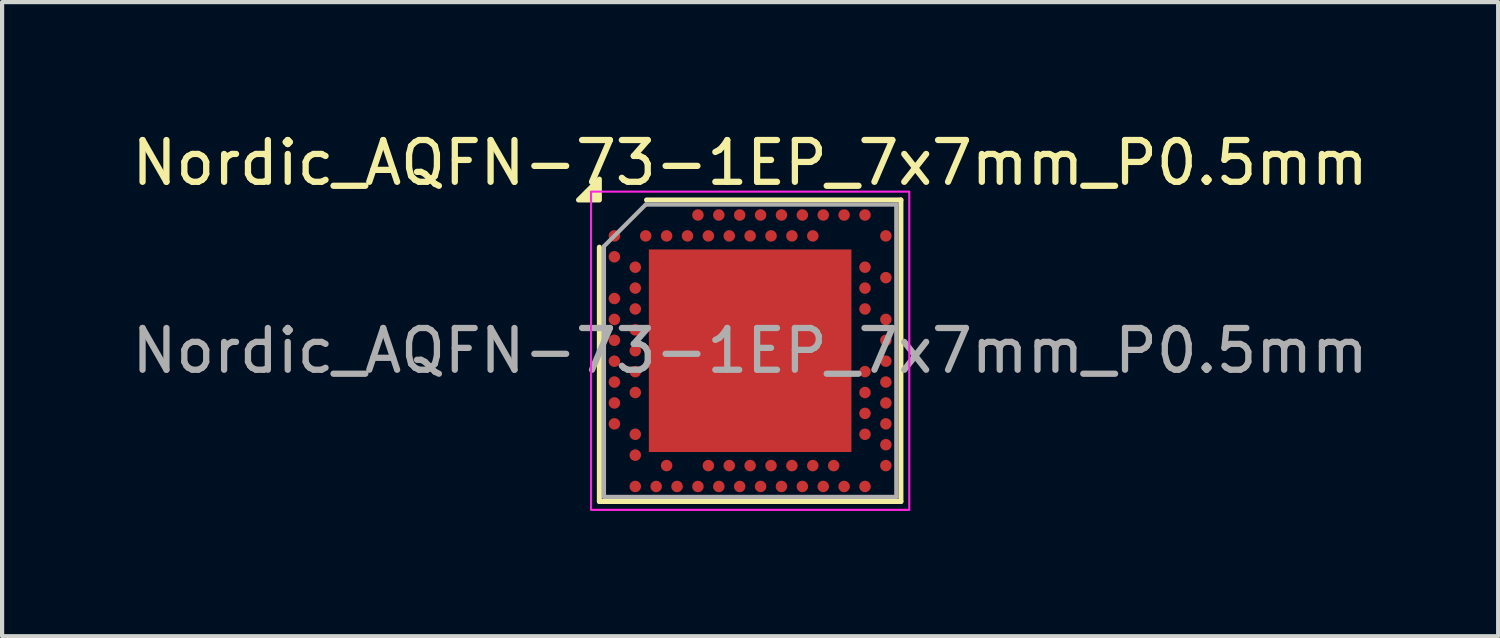
<source format=kicad_pcb>
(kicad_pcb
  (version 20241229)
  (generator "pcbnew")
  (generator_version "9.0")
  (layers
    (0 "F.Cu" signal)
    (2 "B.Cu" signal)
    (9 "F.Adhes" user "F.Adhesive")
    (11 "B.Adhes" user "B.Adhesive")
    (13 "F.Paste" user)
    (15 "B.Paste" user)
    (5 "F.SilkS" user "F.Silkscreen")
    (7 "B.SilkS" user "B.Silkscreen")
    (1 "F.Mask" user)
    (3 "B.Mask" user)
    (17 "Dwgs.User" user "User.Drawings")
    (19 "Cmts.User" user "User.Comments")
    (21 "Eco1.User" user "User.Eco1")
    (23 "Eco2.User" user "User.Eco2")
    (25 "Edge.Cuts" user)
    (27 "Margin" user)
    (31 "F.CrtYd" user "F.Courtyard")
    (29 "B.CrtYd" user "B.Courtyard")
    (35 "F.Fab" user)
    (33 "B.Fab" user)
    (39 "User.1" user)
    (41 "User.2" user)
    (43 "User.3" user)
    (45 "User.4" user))
  (footprint "Nordic_AQFN-73-1EP_7x7mm_P0.5mm"
    (layer "F.Cu")
    (at 14.911 5.348)
    (property "Reference" "Nordic_AQFN-73-1EP_7x7mm_P0.5mm" (at 0 -4.5 0) (layer "F.SilkS") (effects (font (size 1 1) (thickness 0.15))))
    (attr smd)
    (fp_line (start -3.61 -2.48) (end -3.61 3.61) (stroke (width 0.12) (type solid)) (layer "F.SilkS"))
    (fp_line (start -3.61 3.61) (end 3.61 3.61) (stroke (width 0.12) (type solid)) (layer "F.SilkS"))
    (fp_line (start 3.61 -3.61) (end -2.48 -3.61) (stroke (width 0.12) (type solid)) (layer "F.SilkS"))
    (fp_line (start 3.61 3.61) (end 3.61 -3.61) (stroke (width 0.12) (type solid)) (layer "F.SilkS"))
    (fp_poly (pts (xy -3.61 -3.61) (xy -4.11 -3.61) (xy -3.61 -4.11) (xy -3.61 -3.61)) (stroke (width 0.12) (type solid)) (fill yes) (layer "F.SilkS"))
    (fp_rect (start 3.81 -3.81) (end -3.81 3.81) (stroke (width 0.05) (type default)) (fill no) (layer "F.CrtYd"))
    (fp_line (start -3.5 -2.5) (end -3.5 3.5) (stroke (width 0.1) (type solid)) (layer "F.Fab"))
    (fp_line (start -3.5 -2.5) (end -2.5 -3.5) (stroke (width 0.1) (type default)) (layer "F.Fab"))
    (fp_line (start -3.5 3.5) (end 3.5 3.5) (stroke (width 0.1) (type solid)) (layer "F.Fab"))
    (fp_line (start -2.5 -3.5) (end 3.5 -3.5) (stroke (width 0.1) (type solid)) (layer "F.Fab"))
    (fp_line (start 3.5 -3.5) (end 3.5 3.5) (stroke (width 0.1) (type solid)) (layer "F.Fab"))
    (fp_text user "${REFERENCE}" (at 0 0 0) (layer "F.Fab") (effects (font (size 1 1) (thickness 0.15))))
    (pad "" smd rect (at -1.212 -1.212 180) (size 2 2) (layers "F.Paste"))
    (pad "" smd rect (at -1.212 1.212 180) (size 2 2) (layers "F.Paste"))
    (pad "" smd rect (at 1.212 -1.212 180) (size 2 2) (layers "F.Paste"))
    (pad "" smd rect (at 1.212 1.212 180) (size 2 2) (layers "F.Paste"))
    (pad "A8" smd circle (at -1.25 -3.25 180) (size 0.275 0.275) (property pad_prop_bga) (layers "F.Cu" "F.Mask" "F.Paste"))
    (pad "A10" smd circle (at -0.75 -3.25 180) (size 0.275 0.275) (property pad_prop_bga) (layers "F.Cu" "F.Mask" "F.Paste"))
    (pad "A12" smd circle (at -0.25 -3.25 180) (size 0.275 0.275) (property pad_prop_bga) (layers "F.Cu" "F.Mask" "F.Paste"))
    (pad "A14" smd circle (at 0.25 -3.25 180) (size 0.275 0.275) (property pad_prop_bga) (layers "F.Cu" "F.Mask" "F.Paste"))
    (pad "A16" smd circle (at 0.75 -3.25 180) (size 0.275 0.275) (property pad_prop_bga) (layers "F.Cu" "F.Mask" "F.Paste"))
    (pad "A18" smd circle (at 1.25 -3.25 180) (size 0.275 0.275) (property pad_prop_bga) (layers "F.Cu" "F.Mask" "F.Paste"))
    (pad "A20" smd circle (at 1.75 -3.25 180) (size 0.275 0.275) (property pad_prop_bga) (layers "F.Cu" "F.Mask" "F.Paste"))
    (pad "A22" smd circle (at 2.25 -3.25 180) (size 0.275 0.275) (property pad_prop_bga) (layers "F.Cu" "F.Mask" "F.Paste"))
    (pad "A23" smd circle (at 2.75 -3.25 180) (size 0.275 0.275) (property pad_prop_bga) (layers "F.Cu" "F.Mask" "F.Paste"))
    (pad "AA24" smd circle (at 3.25 2.25 180) (size 0.275 0.275) (property pad_prop_bga) (layers "F.Cu" "F.Mask" "F.Paste"))
    (pad "AB2" smd circle (at -2.75 2.5 180) (size 0.275 0.275) (property pad_prop_bga) (layers "F.Cu" "F.Mask" "F.Paste"))
    (pad "AC5" smd circle (at -2 2.75 180) (size 0.275 0.275) (property pad_prop_bga) (layers "F.Cu" "F.Mask" "F.Paste"))
    (pad "AC9" smd circle (at -1 2.75 180) (size 0.275 0.275) (property pad_prop_bga) (layers "F.Cu" "F.Mask" "F.Paste"))
    (pad "AC11" smd circle (at -0.5 2.75 180) (size 0.275 0.275) (property pad_prop_bga) (layers "F.Cu" "F.Mask" "F.Paste"))
    (pad "AC13" smd circle (at 0 2.75 180) (size 0.275 0.275) (property pad_prop_bga) (layers "F.Cu" "F.Mask" "F.Paste"))
    (pad "AC15" smd circle (at 0.5 2.75 180) (size 0.275 0.275) (property pad_prop_bga) (layers "F.Cu" "F.Mask" "F.Paste"))
    (pad "AC17" smd circle (at 1 2.75 180) (size 0.275 0.275) (property pad_prop_bga) (layers "F.Cu" "F.Mask" "F.Paste"))
    (pad "AC19" smd circle (at 1.5 2.75 180) (size 0.275 0.275) (property pad_prop_bga) (layers "F.Cu" "F.Mask" "F.Paste"))
    (pad "AC21" smd circle (at 2 2.75 180) (size 0.275 0.275) (property pad_prop_bga) (layers "F.Cu" "F.Mask" "F.Paste"))
    (pad "AC24" smd circle (at 3.25 2.75 180) (size 0.275 0.275) (property pad_prop_bga) (layers "F.Cu" "F.Mask" "F.Paste"))
    (pad "AD2" smd circle (at -2.75 3.25 180) (size 0.275 0.275) (property pad_prop_bga) (layers "F.Cu" "F.Mask" "F.Paste"))
    (pad "AD4" smd circle (at -2.25 3.25 180) (size 0.275 0.275) (property pad_prop_bga) (layers "F.Cu" "F.Mask" "F.Paste"))
    (pad "AD6" smd circle (at -1.75 3.25 180) (size 0.275 0.275) (property pad_prop_bga) (layers "F.Cu" "F.Mask" "F.Paste"))
    (pad "AD8" smd circle (at -1.25 3.25 180) (size 0.275 0.275) (property pad_prop_bga) (layers "F.Cu" "F.Mask" "F.Paste"))
    (pad "AD10" smd circle (at -0.75 3.25 180) (size 0.275 0.275) (property pad_prop_bga) (layers "F.Cu" "F.Mask" "F.Paste"))
    (pad "AD12" smd circle (at -0.25 3.25 180) (size 0.275 0.275) (property pad_prop_bga) (layers "F.Cu" "F.Mask" "F.Paste"))
    (pad "AD14" smd circle (at 0.25 3.25 180) (size 0.275 0.275) (property pad_prop_bga) (layers "F.Cu" "F.Mask" "F.Paste"))
    (pad "AD16" smd circle (at 0.75 3.25 180) (size 0.275 0.275) (property pad_prop_bga) (layers "F.Cu" "F.Mask" "F.Paste"))
    (pad "AD18" smd circle (at 1.25 3.25 180) (size 0.275 0.275) (property pad_prop_bga) (layers "F.Cu" "F.Mask" "F.Paste"))
    (pad "AD20" smd circle (at 1.75 3.25 180) (size 0.275 0.275) (property pad_prop_bga) (layers "F.Cu" "F.Mask" "F.Paste"))
    (pad "AD22" smd circle (at 2.25 3.25 180) (size 0.275 0.275) (property pad_prop_bga) (layers "F.Cu" "F.Mask" "F.Paste"))
    (pad "AD23" smd circle (at 2.75 3.25 180) (size 0.275 0.275) (property pad_prop_bga) (layers "F.Cu" "F.Mask" "F.Paste"))
    (pad "B1" smd circle (at -3.25 -2.75 180) (size 0.275 0.275) (property pad_prop_bga) (layers "F.Cu" "F.Mask" "F.Paste"))
    (pad "B3" smd circle (at -2.5 -2.75 180) (size 0.275 0.275) (property pad_prop_bga) (layers "F.Cu" "F.Mask" "F.Paste"))
    (pad "B5" smd circle (at -2 -2.75 180) (size 0.275 0.275) (property pad_prop_bga) (layers "F.Cu" "F.Mask" "F.Paste"))
    (pad "B7" smd circle (at -1.5 -2.75 180) (size 0.275 0.275) (property pad_prop_bga) (layers "F.Cu" "F.Mask" "F.Paste"))
    (pad "B9" smd circle (at -1 -2.75 180) (size 0.275 0.275) (property pad_prop_bga) (layers "F.Cu" "F.Mask" "F.Paste"))
    (pad "B11" smd circle (at -0.5 -2.75 180) (size 0.275 0.275) (property pad_prop_bga) (layers "F.Cu" "F.Mask" "F.Paste"))
    (pad "B13" smd circle (at 0 -2.75 180) (size 0.275 0.275) (property pad_prop_bga) (layers "F.Cu" "F.Mask" "F.Paste"))
    (pad "B15" smd circle (at 0.5 -2.75 180) (size 0.275 0.275) (property pad_prop_bga) (layers "F.Cu" "F.Mask" "F.Paste"))
    (pad "B17" smd circle (at 1 -2.75 180) (size 0.275 0.275) (property pad_prop_bga) (layers "F.Cu" "F.Mask" "F.Paste"))
    (pad "B19" smd circle (at 1.5 -2.75 180) (size 0.275 0.275) (property pad_prop_bga) (layers "F.Cu" "F.Mask" "F.Paste"))
    (pad "B24" smd circle (at 3.25 -2.75 180) (size 0.275 0.275) (property pad_prop_bga) (layers "F.Cu" "F.Mask" "F.Paste"))
    (pad "C1" smd circle (at -3.25 -2.25 180) (size 0.275 0.275) (property pad_prop_bga) (layers "F.Cu" "F.Mask" "F.Paste"))
    (pad "D2" smd circle (at -2.75 -2 180) (size 0.275 0.275) (property pad_prop_bga) (layers "F.Cu" "F.Mask" "F.Paste"))
    (pad "D23" smd circle (at 2.75 -2 180) (size 0.275 0.275) (property pad_prop_bga) (layers "F.Cu" "F.Mask" "F.Paste"))
    (pad "E24" smd circle (at 3.25 -1.75 180) (size 0.275 0.275) (property pad_prop_bga) (layers "F.Cu" "F.Mask" "F.Paste"))
    (pad "EP" smd rect (at 0 0 180) (size 4.85 4.85) (layers "F.Cu" "F.Mask"))
    (pad "F2" smd circle (at -2.75 -1.5 180) (size 0.275 0.275) (property pad_prop_bga) (layers "F.Cu" "F.Mask" "F.Paste"))
    (pad "F23" smd circle (at 2.75 -1.5 180) (size 0.275 0.275) (property pad_prop_bga) (layers "F.Cu" "F.Mask" "F.Paste"))
    (pad "G1" smd circle (at -3.25 -1.25 180) (size 0.275 0.275) (property pad_prop_bga) (layers "F.Cu" "F.Mask" "F.Paste"))
    (pad "H2" smd circle (at -2.75 -1 180) (size 0.275 0.275) (property pad_prop_bga) (layers "F.Cu" "F.Mask" "F.Paste"))
    (pad "H23" smd circle (at 2.75 -1 180) (size 0.275 0.275) (property pad_prop_bga) (layers "F.Cu" "F.Mask" "F.Paste"))
    (pad "J1" smd circle (at -3.25 -0.75 180) (size 0.275 0.275) (property pad_prop_bga) (layers "F.Cu" "F.Mask" "F.Paste"))
    (pad "J24" smd circle (at 3.25 -0.75 180) (size 0.275 0.275) (property pad_prop_bga) (layers "F.Cu" "F.Mask" "F.Paste"))
    (pad "K2" smd circle (at -2.75 -0.5 180) (size 0.275 0.275) (property pad_prop_bga) (layers "F.Cu" "F.Mask" "F.Paste"))
    (pad "L1" smd circle (at -3.25 -0.25 180) (size 0.275 0.275) (property pad_prop_bga) (layers "F.Cu" "F.Mask" "F.Paste"))
    (pad "L24" smd circle (at 3.25 -0.25 180) (size 0.275 0.275) (property pad_prop_bga) (layers "F.Cu" "F.Mask" "F.Paste"))
    (pad "M2" smd circle (at -2.75 0 180) (size 0.275 0.275) (property pad_prop_bga) (layers "F.Cu" "F.Mask" "F.Paste"))
    (pad "N1" smd circle (at -3.25 0.25 180) (size 0.275 0.275) (property pad_prop_bga) (layers "F.Cu" "F.Mask" "F.Paste"))
    (pad "N24" smd circle (at 3.25 0.25 180) (size 0.275 0.275) (property pad_prop_bga) (layers "F.Cu" "F.Mask" "F.Paste"))
    (pad "P2" smd circle (at -2.75 0.5 180) (size 0.275 0.275) (property pad_prop_bga) (layers "F.Cu" "F.Mask" "F.Paste"))
    (pad "P23" smd circle (at 2.75 0.5 180) (size 0.275 0.275) (property pad_prop_bga) (layers "F.Cu" "F.Mask" "F.Paste"))
    (pad "R1" smd circle (at -3.25 0.75 180) (size 0.275 0.275) (property pad_prop_bga) (layers "F.Cu" "F.Mask" "F.Paste"))
    (pad "R24" smd circle (at 3.25 0.75 180) (size 0.275 0.275) (property pad_prop_bga) (layers "F.Cu" "F.Mask" "F.Paste"))
    (pad "T2" smd circle (at -2.75 1 180) (size 0.275 0.275) (property pad_prop_bga) (layers "F.Cu" "F.Mask" "F.Paste"))
    (pad "T23" smd circle (at 2.75 1 180) (size 0.275 0.275) (property pad_prop_bga) (layers "F.Cu" "F.Mask" "F.Paste"))
    (pad "U1" smd circle (at -3.25 1.25 180) (size 0.275 0.275) (property pad_prop_bga) (layers "F.Cu" "F.Mask" "F.Paste"))
    (pad "U24" smd circle (at 3.25 1.25 180) (size 0.275 0.275) (property pad_prop_bga) (layers "F.Cu" "F.Mask" "F.Paste"))
    (pad "V23" smd circle (at 2.75 1.5 180) (size 0.275 0.275) (property pad_prop_bga) (layers "F.Cu" "F.Mask" "F.Paste"))
    (pad "W1" smd circle (at -3.25 1.75 180) (size 0.275 0.275) (property pad_prop_bga) (layers "F.Cu" "F.Mask" "F.Paste"))
    (pad "W24" smd circle (at 3.25 1.75 180) (size 0.275 0.275) (property pad_prop_bga) (layers "F.Cu" "F.Mask" "F.Paste"))
    (pad "Y2" smd circle (at -2.75 2 180) (size 0.275 0.275) (property pad_prop_bga) (layers "F.Cu" "F.Mask" "F.Paste"))
    (pad "Y23" smd circle (at 2.75 2 180) (size 0.275 0.275) (property pad_prop_bga) (layers "F.Cu" "F.Mask" "F.Paste")))
  (gr_rect
    (start -3 -3)
    (end 32.821 12.183)
    (stroke (width 0.1) (type default))
    (fill no)
    (layer "Edge.Cuts")))
</source>
